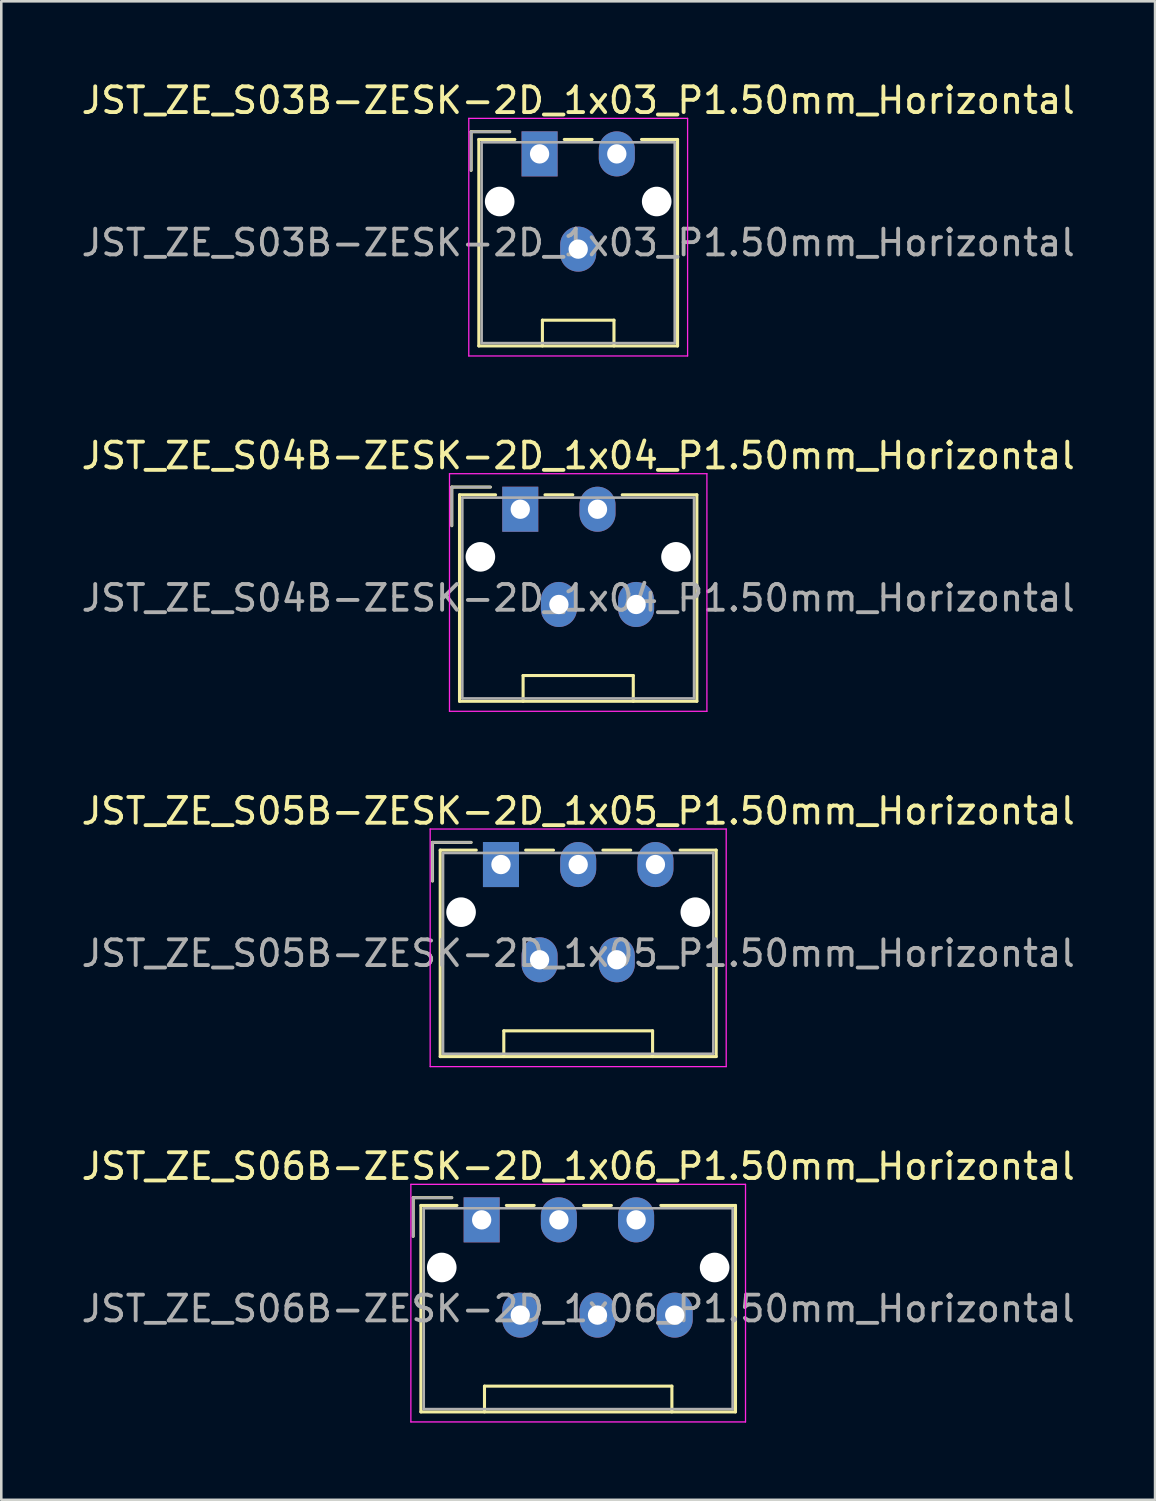
<source format=kicad_pcb>
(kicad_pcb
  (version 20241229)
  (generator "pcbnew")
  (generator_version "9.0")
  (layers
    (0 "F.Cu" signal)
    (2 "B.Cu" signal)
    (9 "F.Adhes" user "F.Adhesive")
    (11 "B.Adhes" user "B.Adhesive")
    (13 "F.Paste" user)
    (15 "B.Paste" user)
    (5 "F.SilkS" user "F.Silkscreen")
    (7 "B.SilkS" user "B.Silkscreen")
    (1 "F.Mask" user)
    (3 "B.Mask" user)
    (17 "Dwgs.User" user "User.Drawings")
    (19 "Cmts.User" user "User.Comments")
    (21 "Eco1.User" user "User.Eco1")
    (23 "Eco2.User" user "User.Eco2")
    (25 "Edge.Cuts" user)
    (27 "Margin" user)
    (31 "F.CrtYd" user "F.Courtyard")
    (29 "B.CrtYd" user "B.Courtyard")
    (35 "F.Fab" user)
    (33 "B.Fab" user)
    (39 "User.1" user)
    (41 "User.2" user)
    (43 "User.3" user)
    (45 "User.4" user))
  (footprint "JST_ZE_S05B-ZESK-2D_1x05_P1.50mm_Horizontal"
    (layer "F.Cu")
    (at 16.411 30.535)
    (property "Reference" "JST_ZE_S05B-ZESK-2D_1x05_P1.50mm_Horizontal" (at 3 -2.08 0) (layer "F.SilkS") (effects (font (size 1 1) (thickness 0.15))))
    (attr through_hole)
    (fp_line (start -2.66 -0.86) (end -1.16 -0.86) (stroke (width 0.12) (type solid)) (layer "F.SilkS"))
    (fp_line (start -2.66 0.64) (end -2.66 -0.86) (stroke (width 0.12) (type solid)) (layer "F.SilkS"))
    (fp_line (start -2.36 -0.56) (end -2.36 7.46) (stroke (width 0.12) (type solid)) (layer "F.SilkS"))
    (fp_line (start -2.36 7.46) (end 8.36 7.46) (stroke (width 0.12) (type solid)) (layer "F.SilkS"))
    (fp_line (start -0.96 -0.56) (end -2.36 -0.56) (stroke (width 0.12) (type solid)) (layer "F.SilkS"))
    (fp_line (start 0.11 6.46) (end 5.89 6.46) (stroke (width 0.12) (type solid)) (layer "F.SilkS"))
    (fp_line (start 0.11 7.46) (end 0.11 6.46) (stroke (width 0.12) (type solid)) (layer "F.SilkS"))
    (fp_line (start 0.96 -0.56) (end 2.04 -0.56) (stroke (width 0.12) (type solid)) (layer "F.SilkS"))
    (fp_line (start 3.96 -0.56) (end 5.04 -0.56) (stroke (width 0.12) (type solid)) (layer "F.SilkS"))
    (fp_line (start 5.89 6.46) (end 5.89 7.46) (stroke (width 0.12) (type solid)) (layer "F.SilkS"))
    (fp_line (start 8.36 -0.56) (end 6.96 -0.56) (stroke (width 0.12) (type solid)) (layer "F.SilkS"))
    (fp_line (start 8.36 7.46) (end 8.36 -0.56) (stroke (width 0.12) (type solid)) (layer "F.SilkS"))
    (fp_line (start -2.75 -1.38) (end -2.75 7.85) (stroke (width 0.05) (type solid)) (layer "F.CrtYd"))
    (fp_line (start -2.75 7.85) (end 8.75 7.85) (stroke (width 0.05) (type solid)) (layer "F.CrtYd"))
    (fp_line (start 8.75 -1.38) (end -2.75 -1.38) (stroke (width 0.05) (type solid)) (layer "F.CrtYd"))
    (fp_line (start 8.75 7.85) (end 8.75 -1.38) (stroke (width 0.05) (type solid)) (layer "F.CrtYd"))
    (fp_line (start -2.66 -0.86) (end -1.16 -0.86) (stroke (width 0.1) (type solid)) (layer "F.Fab"))
    (fp_line (start -2.66 0.64) (end -2.66 -0.86) (stroke (width 0.1) (type solid)) (layer "F.Fab"))
    (fp_line (start -2.25 -0.45) (end -2.25 7.35) (stroke (width 0.1) (type solid)) (layer "F.Fab"))
    (fp_line (start -2.25 7.35) (end 8.25 7.35) (stroke (width 0.1) (type solid)) (layer "F.Fab"))
    (fp_line (start 8.25 -0.45) (end -2.25 -0.45) (stroke (width 0.1) (type solid)) (layer "F.Fab"))
    (fp_line (start 8.25 7.35) (end 8.25 -0.45) (stroke (width 0.1) (type solid)) (layer "F.Fab"))
    (fp_text user "${REFERENCE}" (at 3 3.45 0) (layer "F.Fab") (effects (font (size 1 1) (thickness 0.15))))
    (pad "" np_thru_hole circle (at -1.55 1.85) (size 1.15 1.15) (drill 1.15) (layers "*.Cu" "*.Mask"))
    (pad "" np_thru_hole circle (at 7.55 1.85) (size 1.15 1.15) (drill 1.15) (layers "*.Cu" "*.Mask"))
    (pad "1" thru_hole rect (at 0 0) (size 1.4 1.75) (drill 0.75) (layers "*.Cu" "*.Mask"))
    (pad "2" thru_hole oval (at 1.5 3.7) (size 1.4 1.75) (drill 0.75) (layers "*.Cu" "*.Mask"))
    (pad "3" thru_hole oval (at 3 0) (size 1.4 1.75) (drill 0.75) (layers "*.Cu" "*.Mask"))
    (pad "4" thru_hole oval (at 4.5 3.7) (size 1.4 1.75) (drill 0.75) (layers "*.Cu" "*.Mask"))
    (pad "5" thru_hole oval (at 6 0) (size 1.4 1.75) (drill 0.75) (layers "*.Cu" "*.Mask")))
  (footprint "JST_ZE_S03B-ZESK-2D_1x03_P1.50mm_Horizontal"
    (layer "F.Cu")
    (at 17.911 2.928)
    (property "Reference" "JST_ZE_S03B-ZESK-2D_1x03_P1.50mm_Horizontal" (at 1.5 -2.08 0) (layer "F.SilkS") (effects (font (size 1 1) (thickness 0.15))))
    (attr through_hole)
    (fp_line (start -2.66 -0.86) (end -1.16 -0.86) (stroke (width 0.12) (type solid)) (layer "F.SilkS"))
    (fp_line (start -2.66 0.64) (end -2.66 -0.86) (stroke (width 0.12) (type solid)) (layer "F.SilkS"))
    (fp_line (start -2.36 -0.56) (end -2.36 7.46) (stroke (width 0.12) (type solid)) (layer "F.SilkS"))
    (fp_line (start -2.36 7.46) (end 5.36 7.46) (stroke (width 0.12) (type solid)) (layer "F.SilkS"))
    (fp_line (start -0.96 -0.56) (end -2.36 -0.56) (stroke (width 0.12) (type solid)) (layer "F.SilkS"))
    (fp_line (start 0.11 6.46) (end 2.89 6.46) (stroke (width 0.12) (type solid)) (layer "F.SilkS"))
    (fp_line (start 0.11 7.46) (end 0.11 6.46) (stroke (width 0.12) (type solid)) (layer "F.SilkS"))
    (fp_line (start 0.96 -0.56) (end 2.04 -0.56) (stroke (width 0.12) (type solid)) (layer "F.SilkS"))
    (fp_line (start 2.89 6.46) (end 2.89 7.46) (stroke (width 0.12) (type solid)) (layer "F.SilkS"))
    (fp_line (start 5.36 -0.56) (end 3.96 -0.56) (stroke (width 0.12) (type solid)) (layer "F.SilkS"))
    (fp_line (start 5.36 7.46) (end 5.36 -0.56) (stroke (width 0.12) (type solid)) (layer "F.SilkS"))
    (fp_line (start -2.75 -1.38) (end -2.75 7.85) (stroke (width 0.05) (type solid)) (layer "F.CrtYd"))
    (fp_line (start -2.75 7.85) (end 5.75 7.85) (stroke (width 0.05) (type solid)) (layer "F.CrtYd"))
    (fp_line (start 5.75 -1.38) (end -2.75 -1.38) (stroke (width 0.05) (type solid)) (layer "F.CrtYd"))
    (fp_line (start 5.75 7.85) (end 5.75 -1.38) (stroke (width 0.05) (type solid)) (layer "F.CrtYd"))
    (fp_line (start -2.66 -0.86) (end -1.16 -0.86) (stroke (width 0.1) (type solid)) (layer "F.Fab"))
    (fp_line (start -2.66 0.64) (end -2.66 -0.86) (stroke (width 0.1) (type solid)) (layer "F.Fab"))
    (fp_line (start -2.25 -0.45) (end -2.25 7.35) (stroke (width 0.1) (type solid)) (layer "F.Fab"))
    (fp_line (start -2.25 7.35) (end 5.25 7.35) (stroke (width 0.1) (type solid)) (layer "F.Fab"))
    (fp_line (start 5.25 -0.45) (end -2.25 -0.45) (stroke (width 0.1) (type solid)) (layer "F.Fab"))
    (fp_line (start 5.25 7.35) (end 5.25 -0.45) (stroke (width 0.1) (type solid)) (layer "F.Fab"))
    (fp_text user "${REFERENCE}" (at 1.5 3.45 0) (layer "F.Fab") (effects (font (size 1 1) (thickness 0.15))))
    (pad "" np_thru_hole circle (at -1.55 1.85) (size 1.15 1.15) (drill 1.15) (layers "*.Cu" "*.Mask"))
    (pad "" np_thru_hole circle (at 4.55 1.85) (size 1.15 1.15) (drill 1.15) (layers "*.Cu" "*.Mask"))
    (pad "1" thru_hole rect (at 0 0) (size 1.4 1.75) (drill 0.75) (layers "*.Cu" "*.Mask"))
    (pad "2" thru_hole oval (at 1.5 3.7) (size 1.4 1.75) (drill 0.75) (layers "*.Cu" "*.Mask"))
    (pad "3" thru_hole oval (at 3 0) (size 1.4 1.75) (drill 0.75) (layers "*.Cu" "*.Mask")))
  (footprint "JST_ZE_S06B-ZESK-2D_1x06_P1.50mm_Horizontal"
    (layer "F.Cu")
    (at 15.661 44.338)
    (property "Reference" "JST_ZE_S06B-ZESK-2D_1x06_P1.50mm_Horizontal" (at 3.75 -2.08 0) (layer "F.SilkS") (effects (font (size 1 1) (thickness 0.15))))
    (attr through_hole)
    (fp_line (start -2.66 -0.86) (end -1.16 -0.86) (stroke (width 0.12) (type solid)) (layer "F.SilkS"))
    (fp_line (start -2.66 0.64) (end -2.66 -0.86) (stroke (width 0.12) (type solid)) (layer "F.SilkS"))
    (fp_line (start -2.36 -0.56) (end -2.36 7.46) (stroke (width 0.12) (type solid)) (layer "F.SilkS"))
    (fp_line (start -2.36 7.46) (end 9.86 7.46) (stroke (width 0.12) (type solid)) (layer "F.SilkS"))
    (fp_line (start -0.96 -0.56) (end -2.36 -0.56) (stroke (width 0.12) (type solid)) (layer "F.SilkS"))
    (fp_line (start 0.11 6.46) (end 7.39 6.46) (stroke (width 0.12) (type solid)) (layer "F.SilkS"))
    (fp_line (start 0.11 7.46) (end 0.11 6.46) (stroke (width 0.12) (type solid)) (layer "F.SilkS"))
    (fp_line (start 0.96 -0.56) (end 2.04 -0.56) (stroke (width 0.12) (type solid)) (layer "F.SilkS"))
    (fp_line (start 3.96 -0.56) (end 5.04 -0.56) (stroke (width 0.12) (type solid)) (layer "F.SilkS"))
    (fp_line (start 7.39 6.46) (end 7.39 7.46) (stroke (width 0.12) (type solid)) (layer "F.SilkS"))
    (fp_line (start 9.86 -0.56) (end 6.96 -0.56) (stroke (width 0.12) (type solid)) (layer "F.SilkS"))
    (fp_line (start 9.86 7.46) (end 9.86 -0.56) (stroke (width 0.12) (type solid)) (layer "F.SilkS"))
    (fp_line (start -2.75 -1.38) (end -2.75 7.85) (stroke (width 0.05) (type solid)) (layer "F.CrtYd"))
    (fp_line (start -2.75 7.85) (end 10.25 7.85) (stroke (width 0.05) (type solid)) (layer "F.CrtYd"))
    (fp_line (start 10.25 -1.38) (end -2.75 -1.38) (stroke (width 0.05) (type solid)) (layer "F.CrtYd"))
    (fp_line (start 10.25 7.85) (end 10.25 -1.38) (stroke (width 0.05) (type solid)) (layer "F.CrtYd"))
    (fp_line (start -2.66 -0.86) (end -1.16 -0.86) (stroke (width 0.1) (type solid)) (layer "F.Fab"))
    (fp_line (start -2.66 0.64) (end -2.66 -0.86) (stroke (width 0.1) (type solid)) (layer "F.Fab"))
    (fp_line (start -2.25 -0.45) (end -2.25 7.35) (stroke (width 0.1) (type solid)) (layer "F.Fab"))
    (fp_line (start -2.25 7.35) (end 9.75 7.35) (stroke (width 0.1) (type solid)) (layer "F.Fab"))
    (fp_line (start 9.75 -0.45) (end -2.25 -0.45) (stroke (width 0.1) (type solid)) (layer "F.Fab"))
    (fp_line (start 9.75 7.35) (end 9.75 -0.45) (stroke (width 0.1) (type solid)) (layer "F.Fab"))
    (fp_text user "${REFERENCE}" (at 3.75 3.45 0) (layer "F.Fab") (effects (font (size 1 1) (thickness 0.15))))
    (pad "" np_thru_hole circle (at -1.55 1.85) (size 1.15 1.15) (drill 1.15) (layers "*.Cu" "*.Mask"))
    (pad "" np_thru_hole circle (at 9.05 1.85) (size 1.15 1.15) (drill 1.15) (layers "*.Cu" "*.Mask"))
    (pad "1" thru_hole rect (at 0 0) (size 1.4 1.75) (drill 0.75) (layers "*.Cu" "*.Mask"))
    (pad "2" thru_hole oval (at 1.5 3.7) (size 1.4 1.75) (drill 0.75) (layers "*.Cu" "*.Mask"))
    (pad "3" thru_hole oval (at 3 0) (size 1.4 1.75) (drill 0.75) (layers "*.Cu" "*.Mask"))
    (pad "4" thru_hole oval (at 4.5 3.7) (size 1.4 1.75) (drill 0.75) (layers "*.Cu" "*.Mask"))
    (pad "5" thru_hole oval (at 6 0) (size 1.4 1.75) (drill 0.75) (layers "*.Cu" "*.Mask"))
    (pad "6" thru_hole oval (at 7.5 3.7) (size 1.4 1.75) (drill 0.75) (layers "*.Cu" "*.Mask")))
  (footprint "JST_ZE_S04B-ZESK-2D_1x04_P1.50mm_Horizontal"
    (layer "F.Cu")
    (at 17.161 16.732)
    (property "Reference" "JST_ZE_S04B-ZESK-2D_1x04_P1.50mm_Horizontal" (at 2.25 -2.08 0) (layer "F.SilkS") (effects (font (size 1 1) (thickness 0.15))))
    (attr through_hole)
    (fp_line (start -2.66 -0.86) (end -1.16 -0.86) (stroke (width 0.12) (type solid)) (layer "F.SilkS"))
    (fp_line (start -2.66 0.64) (end -2.66 -0.86) (stroke (width 0.12) (type solid)) (layer "F.SilkS"))
    (fp_line (start -2.36 -0.56) (end -2.36 7.46) (stroke (width 0.12) (type solid)) (layer "F.SilkS"))
    (fp_line (start -2.36 7.46) (end 6.86 7.46) (stroke (width 0.12) (type solid)) (layer "F.SilkS"))
    (fp_line (start -0.96 -0.56) (end -2.36 -0.56) (stroke (width 0.12) (type solid)) (layer "F.SilkS"))
    (fp_line (start 0.11 6.46) (end 4.39 6.46) (stroke (width 0.12) (type solid)) (layer "F.SilkS"))
    (fp_line (start 0.11 7.46) (end 0.11 6.46) (stroke (width 0.12) (type solid)) (layer "F.SilkS"))
    (fp_line (start 0.96 -0.56) (end 2.04 -0.56) (stroke (width 0.12) (type solid)) (layer "F.SilkS"))
    (fp_line (start 4.39 6.46) (end 4.39 7.46) (stroke (width 0.12) (type solid)) (layer "F.SilkS"))
    (fp_line (start 6.86 -0.56) (end 3.96 -0.56) (stroke (width 0.12) (type solid)) (layer "F.SilkS"))
    (fp_line (start 6.86 7.46) (end 6.86 -0.56) (stroke (width 0.12) (type solid)) (layer "F.SilkS"))
    (fp_line (start -2.75 -1.38) (end -2.75 7.85) (stroke (width 0.05) (type solid)) (layer "F.CrtYd"))
    (fp_line (start -2.75 7.85) (end 7.25 7.85) (stroke (width 0.05) (type solid)) (layer "F.CrtYd"))
    (fp_line (start 7.25 -1.38) (end -2.75 -1.38) (stroke (width 0.05) (type solid)) (layer "F.CrtYd"))
    (fp_line (start 7.25 7.85) (end 7.25 -1.38) (stroke (width 0.05) (type solid)) (layer "F.CrtYd"))
    (fp_line (start -2.66 -0.86) (end -1.16 -0.86) (stroke (width 0.1) (type solid)) (layer "F.Fab"))
    (fp_line (start -2.66 0.64) (end -2.66 -0.86) (stroke (width 0.1) (type solid)) (layer "F.Fab"))
    (fp_line (start -2.25 -0.45) (end -2.25 7.35) (stroke (width 0.1) (type solid)) (layer "F.Fab"))
    (fp_line (start -2.25 7.35) (end 6.75 7.35) (stroke (width 0.1) (type solid)) (layer "F.Fab"))
    (fp_line (start 6.75 -0.45) (end -2.25 -0.45) (stroke (width 0.1) (type solid)) (layer "F.Fab"))
    (fp_line (start 6.75 7.35) (end 6.75 -0.45) (stroke (width 0.1) (type solid)) (layer "F.Fab"))
    (fp_text user "${REFERENCE}" (at 2.25 3.45 0) (layer "F.Fab") (effects (font (size 1 1) (thickness 0.15))))
    (pad "" np_thru_hole circle (at -1.55 1.85) (size 1.15 1.15) (drill 1.15) (layers "*.Cu" "*.Mask"))
    (pad "" np_thru_hole circle (at 6.05 1.85) (size 1.15 1.15) (drill 1.15) (layers "*.Cu" "*.Mask"))
    (pad "1" thru_hole rect (at 0 0) (size 1.4 1.75) (drill 0.75) (layers "*.Cu" "*.Mask"))
    (pad "2" thru_hole oval (at 1.5 3.7) (size 1.4 1.75) (drill 0.75) (layers "*.Cu" "*.Mask"))
    (pad "3" thru_hole oval (at 3 0) (size 1.4 1.75) (drill 0.75) (layers "*.Cu" "*.Mask"))
    (pad "4" thru_hole oval (at 4.5 3.7) (size 1.4 1.75) (drill 0.75) (layers "*.Cu" "*.Mask")))
  (gr_rect
    (start -3 -3)
    (end 41.821 55.213)
    (stroke (width 0.1) (type default))
    (fill no)
    (layer "Edge.Cuts")))
</source>
